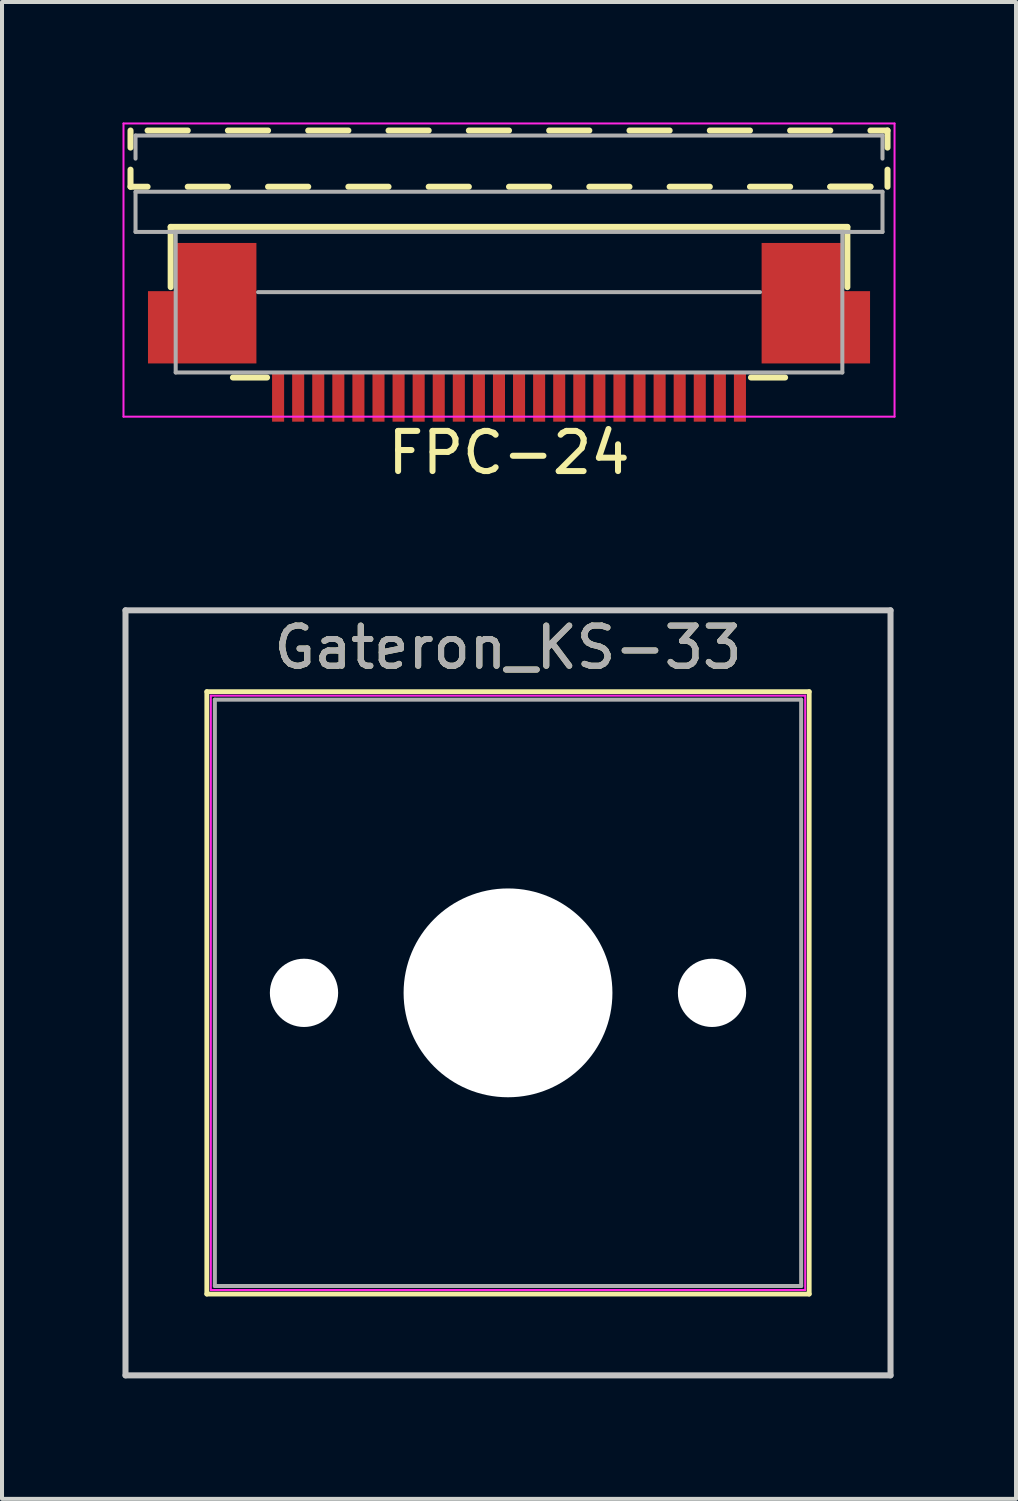
<source format=kicad_pcb>
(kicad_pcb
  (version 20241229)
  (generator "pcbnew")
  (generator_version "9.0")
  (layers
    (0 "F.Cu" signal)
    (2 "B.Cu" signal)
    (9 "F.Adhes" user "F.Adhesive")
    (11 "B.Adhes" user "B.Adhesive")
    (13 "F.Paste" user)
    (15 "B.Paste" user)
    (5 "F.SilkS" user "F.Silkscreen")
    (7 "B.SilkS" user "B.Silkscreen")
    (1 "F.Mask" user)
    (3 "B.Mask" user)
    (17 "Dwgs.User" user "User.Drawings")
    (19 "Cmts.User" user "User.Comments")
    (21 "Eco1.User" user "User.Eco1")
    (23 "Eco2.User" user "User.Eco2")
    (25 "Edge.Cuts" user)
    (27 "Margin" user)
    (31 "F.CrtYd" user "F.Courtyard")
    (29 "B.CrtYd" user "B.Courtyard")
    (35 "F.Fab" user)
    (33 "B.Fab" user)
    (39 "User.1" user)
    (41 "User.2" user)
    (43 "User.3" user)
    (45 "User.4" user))
  (footprint "FPC-24"
    (layer "F.Cu")
    (at 9.625 6.825)
    (property "Reference" "FPC-24" (at 0 1.4 0) (layer "F.SilkS") (effects (font (size 1 1) (thickness 0.15))))
    (attr through_hole)
    (fp_line (start -9.425 -6.2) (end -9.425 -6.625) (stroke (width 0.15) (type solid)) (layer "F.SilkS"))
    (fp_line (start -9.425 -5.225) (end -9.425 -5.65) (stroke (width 0.15) (type solid)) (layer "F.SilkS"))
    (fp_line (start -9.425 -5.225) (end -9 -5.225) (stroke (width 0.15) (type solid)) (layer "F.SilkS"))
    (fp_line (start -8.425 -2.725) (end -8.425 -4.225) (stroke (width 0.15) (type solid)) (layer "F.SilkS"))
    (fp_line (start -8 -6.625) (end -9 -6.625) (stroke (width 0.15) (type solid)) (layer "F.SilkS"))
    (fp_line (start -7 -5.225) (end -8 -5.225) (stroke (width 0.15) (type solid)) (layer "F.SilkS"))
    (fp_line (start -6.025 -0.475) (end -6.875 -0.475) (stroke (width 0.15) (type solid)) (layer "F.SilkS"))
    (fp_line (start -6 -6.625) (end -7 -6.625) (stroke (width 0.15) (type solid)) (layer "F.SilkS"))
    (fp_line (start -5 -5.225) (end -6 -5.225) (stroke (width 0.15) (type solid)) (layer "F.SilkS"))
    (fp_line (start -4 -6.625) (end -5 -6.625) (stroke (width 0.15) (type solid)) (layer "F.SilkS"))
    (fp_line (start -3 -5.225) (end -4 -5.225) (stroke (width 0.15) (type solid)) (layer "F.SilkS"))
    (fp_line (start -2 -6.625) (end -3 -6.625) (stroke (width 0.15) (type solid)) (layer "F.SilkS"))
    (fp_line (start -1 -5.225) (end -2 -5.225) (stroke (width 0.15) (type solid)) (layer "F.SilkS"))
    (fp_line (start 0 -6.625) (end -1 -6.625) (stroke (width 0.15) (type solid)) (layer "F.SilkS"))
    (fp_line (start 1 -5.225) (end 0 -5.225) (stroke (width 0.15) (type solid)) (layer "F.SilkS"))
    (fp_line (start 2 -6.625) (end 1 -6.625) (stroke (width 0.15) (type solid)) (layer "F.SilkS"))
    (fp_line (start 3 -5.225) (end 2 -5.225) (stroke (width 0.15) (type solid)) (layer "F.SilkS"))
    (fp_line (start 4 -6.625) (end 3 -6.625) (stroke (width 0.15) (type solid)) (layer "F.SilkS"))
    (fp_line (start 5 -5.225) (end 4 -5.225) (stroke (width 0.15) (type solid)) (layer "F.SilkS"))
    (fp_line (start 6 -6.625) (end 5 -6.625) (stroke (width 0.15) (type solid)) (layer "F.SilkS"))
    (fp_line (start 6.875 -0.475) (end 6.025 -0.475) (stroke (width 0.15) (type solid)) (layer "F.SilkS"))
    (fp_line (start 7 -5.225) (end 6 -5.225) (stroke (width 0.15) (type solid)) (layer "F.SilkS"))
    (fp_line (start 8 -6.625) (end 7 -6.625) (stroke (width 0.15) (type solid)) (layer "F.SilkS"))
    (fp_line (start 8.425 -4.225) (end -8.425 -4.225) (stroke (width 0.15) (type solid)) (layer "F.SilkS"))
    (fp_line (start 8.425 -2.725) (end 8.425 -4.225) (stroke (width 0.15) (type solid)) (layer "F.SilkS"))
    (fp_line (start 9 -5.225) (end 8 -5.225) (stroke (width 0.15) (type solid)) (layer "F.SilkS"))
    (fp_line (start 9 -5.225) (end 8 -5.225) (stroke (width 0.15) (type solid)) (layer "F.SilkS"))
    (fp_line (start 9.425 -6.625) (end 9 -6.625) (stroke (width 0.15) (type solid)) (layer "F.SilkS"))
    (fp_line (start 9.425 -6.2) (end 9.425 -6.625) (stroke (width 0.15) (type solid)) (layer "F.SilkS"))
    (fp_line (start 9.425 -5.225) (end 9.425 -5.65) (stroke (width 0.15) (type solid)) (layer "F.SilkS"))
    (fp_line (start -9.6 -6.8) (end -9.6 0.5) (stroke (width 0.05) (type solid)) (layer "F.CrtYd"))
    (fp_line (start 9.6 -6.8) (end -9.6 -6.8) (stroke (width 0.05) (type solid)) (layer "F.CrtYd"))
    (fp_line (start 9.6 -6.8) (end 9.6 0.5) (stroke (width 0.05) (type solid)) (layer "F.CrtYd"))
    (fp_line (start 9.6 0.5) (end -9.6 0.5) (stroke (width 0.05) (type solid)) (layer "F.CrtYd"))
    (fp_line (start -9.3 -5.925) (end -9.3 -6.5) (stroke (width 0.1) (type solid)) (layer "F.Fab"))
    (fp_line (start -9.3 -4.1) (end -9.3 -5.1) (stroke (width 0.1) (type solid)) (layer "F.Fab"))
    (fp_line (start -8.3 -4.1) (end -9.3 -4.1) (stroke (width 0.1) (type solid)) (layer "F.Fab"))
    (fp_line (start -8.3 -4.1) (end -8.3 -0.6) (stroke (width 0.1) (type solid)) (layer "F.Fab"))
    (fp_line (start -6.25 -2.6) (end 6.25 -2.6) (stroke (width 0.1) (type solid)) (layer "F.Fab"))
    (fp_line (start 8.3 -4.1) (end -8.3 -4.1) (stroke (width 0.1) (type solid)) (layer "F.Fab"))
    (fp_line (start 8.3 -0.6) (end -8.3 -0.6) (stroke (width 0.1) (type solid)) (layer "F.Fab"))
    (fp_line (start 8.3 -0.6) (end 8.3 -4.1) (stroke (width 0.1) (type solid)) (layer "F.Fab"))
    (fp_line (start 9.3 -6.5) (end -9.3 -6.5) (stroke (width 0.1) (type solid)) (layer "F.Fab"))
    (fp_line (start 9.3 -6.5) (end 9.3 -5.925) (stroke (width 0.1) (type solid)) (layer "F.Fab"))
    (fp_line (start 9.3 -5.1) (end -9.3 -5.1) (stroke (width 0.1) (type solid)) (layer "F.Fab"))
    (fp_line (start 9.3 -5.1) (end 9.3 -4.1) (stroke (width 0.1) (type solid)) (layer "F.Fab"))
    (fp_line (start 9.3 -4.1) (end 8.3 -4.1) (stroke (width 0.1) (type solid)) (layer "F.Fab"))
    (pad "" smd rect (at -8.64 -1.725 180) (size 0.7 1.8) (layers "F.Cu" "F.Mask" "F.Paste"))
    (pad "" smd rect (at -7.29 -2.325 180) (size 2 3) (layers "F.Cu" "F.Mask" "F.Paste"))
    (pad "" smd rect (at 7.29 -2.325 180) (size 2 3) (layers "F.Cu" "F.Mask" "F.Paste"))
    (pad "" smd rect (at 8.64 -1.725 180) (size 0.7 1.8) (layers "F.Cu" "F.Mask" "F.Paste"))
    (pad "1" smd rect (at -5.75 0 180) (size 0.3 1.25) (layers "F.Cu" "F.Mask" "F.Paste"))
    (pad "2" smd rect (at -5.25 0 180) (size 0.3 1.25) (layers "F.Cu" "F.Mask" "F.Paste"))
    (pad "3" smd rect (at -4.75 0 180) (size 0.3 1.25) (layers "F.Cu" "F.Mask" "F.Paste"))
    (pad "4" smd rect (at -4.25 0 180) (size 0.3 1.25) (layers "F.Cu" "F.Mask" "F.Paste"))
    (pad "5" smd rect (at -3.75 0 180) (size 0.3 1.25) (layers "F.Cu" "F.Mask" "F.Paste"))
    (pad "6" smd rect (at -3.25 0 180) (size 0.3 1.25) (layers "F.Cu" "F.Mask" "F.Paste"))
    (pad "7" smd rect (at -2.75 0 180) (size 0.3 1.25) (layers "F.Cu" "F.Mask" "F.Paste"))
    (pad "8" smd rect (at -2.25 0 180) (size 0.3 1.25) (layers "F.Cu" "F.Mask" "F.Paste"))
    (pad "9" smd rect (at -1.75 0 180) (size 0.3 1.25) (layers "F.Cu" "F.Mask" "F.Paste"))
    (pad "10" smd rect (at -1.25 0 180) (size 0.3 1.25) (layers "F.Cu" "F.Mask" "F.Paste"))
    (pad "11" smd rect (at -0.75 0 180) (size 0.3 1.25) (layers "F.Cu" "F.Mask" "F.Paste"))
    (pad "12" smd rect (at -0.25 0 180) (size 0.3 1.25) (layers "F.Cu" "F.Mask" "F.Paste"))
    (pad "13" smd rect (at 0.25 0 180) (size 0.3 1.25) (layers "F.Cu" "F.Mask" "F.Paste"))
    (pad "14" smd rect (at 0.75 0 180) (size 0.3 1.25) (layers "F.Cu" "F.Mask" "F.Paste"))
    (pad "15" smd rect (at 1.25 0 180) (size 0.3 1.25) (layers "F.Cu" "F.Mask" "F.Paste"))
    (pad "16" smd rect (at 1.75 0 180) (size 0.3 1.25) (layers "F.Cu" "F.Mask" "F.Paste"))
    (pad "17" smd rect (at 2.25 0 180) (size 0.3 1.25) (layers "F.Cu" "F.Mask" "F.Paste"))
    (pad "18" smd rect (at 2.75 0 180) (size 0.3 1.25) (layers "F.Cu" "F.Mask" "F.Paste"))
    (pad "19" smd rect (at 3.25 0 180) (size 0.3 1.25) (layers "F.Cu" "F.Mask" "F.Paste"))
    (pad "20" smd rect (at 3.75 0 180) (size 0.3 1.25) (layers "F.Cu" "F.Mask" "F.Paste"))
    (pad "21" smd rect (at 4.25 0 180) (size 0.3 1.25) (layers "F.Cu" "F.Mask" "F.Paste"))
    (pad "22" smd rect (at 4.75 0 180) (size 0.3 1.25) (layers "F.Cu" "F.Mask" "F.Paste"))
    (pad "23" smd rect (at 5.25 0 180) (size 0.3 1.25) (layers "F.Cu" "F.Mask" "F.Paste"))
    (pad "24" smd rect (at 5.75 0 180) (size 0.3 1.25) (layers "F.Cu" "F.Mask" "F.Paste")))
  (footprint "Gateron_KS-33"
    (layer "F.Cu")
    (at 9.6 21.673)
    (property "Reference" "Gateron_KS-33" (at 0 -8.6 0) (layer "F.SilkS") (effects (font (size 1 1) (thickness 0.15))))
    (attr through_hole)
    (fp_line (start -7.5 -7.5) (end 7.5 -7.5) (stroke (width 0.12) (type solid)) (layer "F.SilkS"))
    (fp_line (start -7.5 7.5) (end -7.5 -7.5) (stroke (width 0.12) (type solid)) (layer "F.SilkS"))
    (fp_line (start 7.5 -7.5) (end 7.5 7.5) (stroke (width 0.12) (type solid)) (layer "F.SilkS"))
    (fp_line (start 7.5 7.5) (end -7.5 7.5) (stroke (width 0.12) (type solid)) (layer "F.SilkS"))
    (fp_line (start -9.525 -9.525) (end 9.525 -9.525) (stroke (width 0.15) (type solid)) (layer "Dwgs.User"))
    (fp_line (start -9.525 9.525) (end -9.525 -9.525) (stroke (width 0.15) (type solid)) (layer "Dwgs.User"))
    (fp_line (start 9.525 -9.525) (end 9.525 9.525) (stroke (width 0.15) (type solid)) (layer "Dwgs.User"))
    (fp_line (start 9.525 9.525) (end -9.525 9.525) (stroke (width 0.15) (type solid)) (layer "Dwgs.User"))
    (fp_line (start -7.4 -7.4) (end 7.4 -7.4) (stroke (width 0.05) (type solid)) (layer "F.CrtYd"))
    (fp_line (start -7.4 7.4) (end -7.4 -7.4) (stroke (width 0.05) (type solid)) (layer "F.CrtYd"))
    (fp_line (start 7.4 -7.4) (end 7.4 7.4) (stroke (width 0.05) (type solid)) (layer "F.CrtYd"))
    (fp_line (start 7.4 7.4) (end -7.4 7.4) (stroke (width 0.05) (type solid)) (layer "F.CrtYd"))
    (fp_line (start -7.3 -7.3) (end 7.3 -7.3) (stroke (width 0.1) (type solid)) (layer "F.Fab"))
    (fp_line (start -7.3 7.3) (end -7.3 -7.3) (stroke (width 0.1) (type solid)) (layer "F.Fab"))
    (fp_line (start 7.3 -7.3) (end 7.3 7.3) (stroke (width 0.1) (type solid)) (layer "F.Fab"))
    (fp_line (start 7.3 7.3) (end -7.3 7.3) (stroke (width 0.1) (type solid)) (layer "F.Fab"))
    (fp_line (start -1.905 3.175) (end -1.905 5.08) (stroke (width 0.1) (type default)) (layer "User.1"))
    (fp_line (start -1.905 5.08) (end 1.905 5.08) (stroke (width 0.1) (type default)) (layer "User.1"))
    (fp_line (start 1.905 3.175) (end -1.905 3.175) (stroke (width 0.1) (type solid)) (layer "User.1"))
    (fp_line (start 1.905 5.08) (end 1.905 3.175) (stroke (width 0.1) (type default)) (layer "User.1"))
    (fp_text user "${REFERENCE}" (at 0 -8.6 0) (layer "F.Fab") (effects (font (size 1 1) (thickness 0.15))))
    (pad "" np_thru_hole circle (at -5.08 0) (size 1.7 1.7) (drill 1.7) (layers "*.Cu" "*.Mask"))
    (pad "" np_thru_hole circle (at 0 0) (size 5.2 5.2) (drill 5.2) (layers "*.Cu" "*.Mask"))
    (pad "" np_thru_hole circle (at 5.08 0) (size 1.7 1.7) (drill 1.7) (layers "*.Cu" "*.Mask")))
  (gr_rect
    (start -3 -3)
    (end 22.25 34.273)
    (stroke (width 0.1) (type default))
    (fill no)
    (layer "Edge.Cuts")))
</source>
